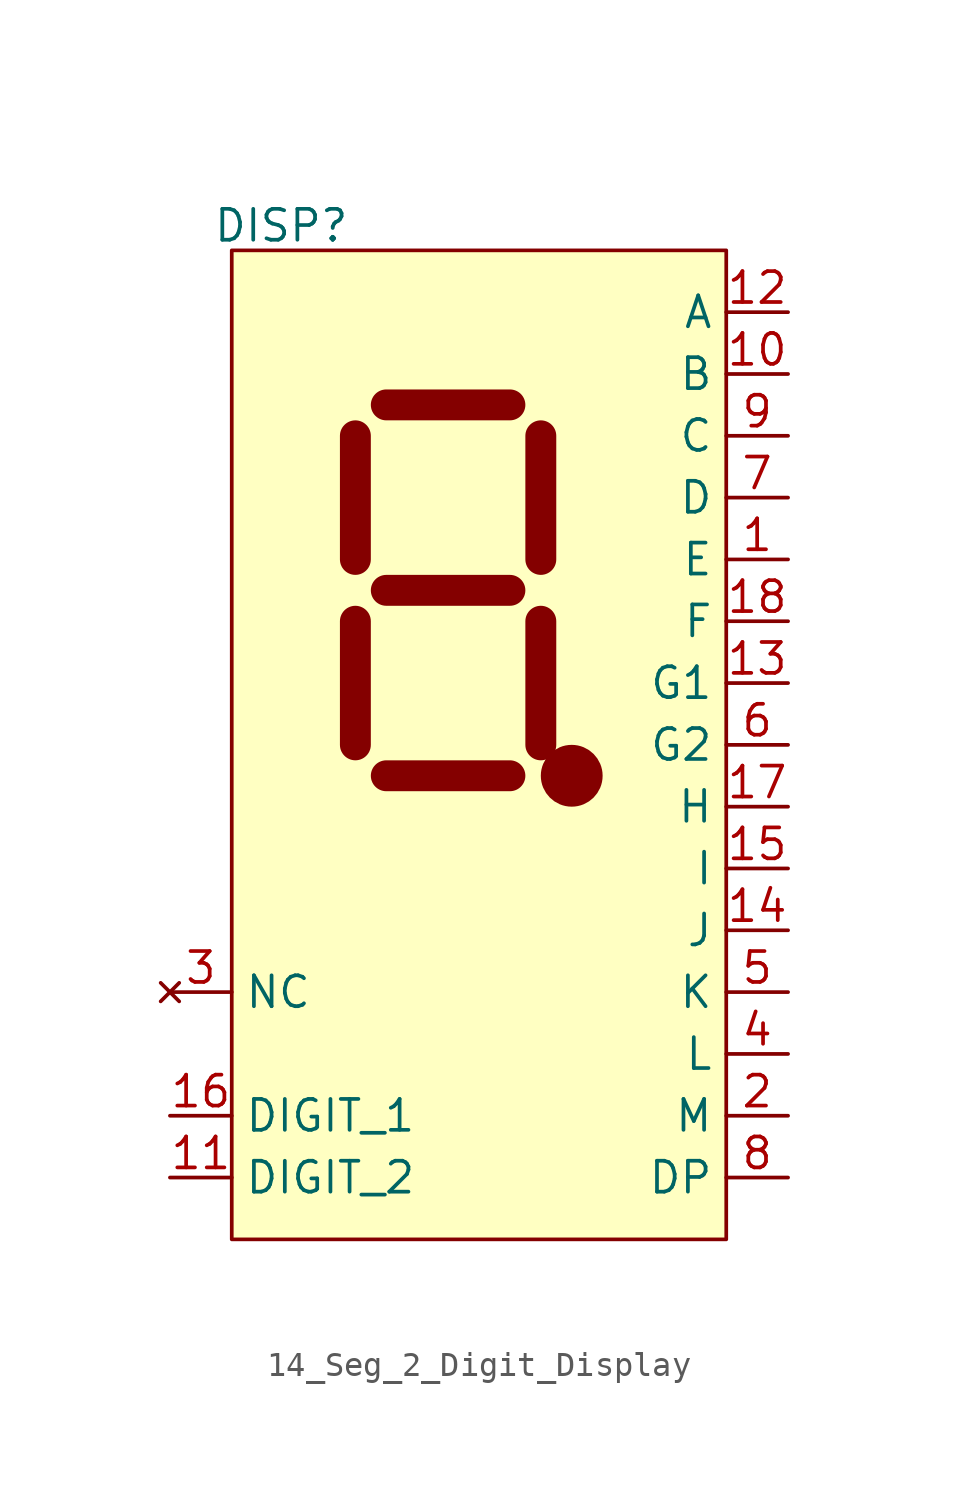
<source format=kicad_sym>
(kicad_symbol_lib
  (version 20231120)
  (generator "kicad_symbol_editor")
  (generator_version "8.0")
  (symbol "14_Seg_2_Digit_Display"
    (property "Reference" "DISP"
      (at -8.128 21.336 0)
      (effects (font (size 1.27 1.27))))
    (property "Value" ""
      (at 1.27 7.62 0)
      (effects (font (size 1.27 1.27))))
    (symbol "14_Seg_2_Digit_Display_1_1"
      (rectangle (start -10.16 20.32) (end 10.16 -20.32) (stroke (width 0) (type default)) (fill (type background)))
      (polyline (pts (xy -5.08 5.08) (xy -5.08 0)) (stroke (width 1.27) (type default)) (fill (type none)))
      (polyline (pts (xy -5.08 12.7) (xy -5.08 7.62)) (stroke (width 1.27) (type default)) (fill (type none)))
      (polyline (pts (xy -3.81 -1.27) (xy 1.27 -1.27)) (stroke (width 1.27) (type default)) (fill (type none)))
      (polyline (pts (xy -3.81 13.97) (xy 1.27 13.97)) (stroke (width 1.27) (type default)) (fill (type none)))
      (polyline (pts (xy 1.27 6.35) (xy -3.81 6.35)) (stroke (width 1.27) (type default)) (fill (type none)))
      (polyline (pts (xy 2.54 0) (xy 2.54 5.08)) (stroke (width 1.27) (type default)) (fill (type none)))
      (polyline (pts (xy 2.54 12.7) (xy 2.54 7.62)) (stroke (width 1.27) (type default)) (fill (type none)))
      (circle (center 3.81 -1.27) (radius 0.0001) (stroke (width 1.27) (type default)) (fill (type none)))
      (pin input line (at 12.7 7.62 180) (length 2.54) (name "E" (effects (font (size 1.27 1.27)))) (number "1" (effects (font (size 1.27 1.27)))))
      (pin input line (at 12.7 15.24 180) (length 2.54) (name "B" (effects (font (size 1.27 1.27)))) (number "10" (effects (font (size 1.27 1.27)))))
      (pin input line (at -12.7 -17.78 0) (length 2.54) (name "DIGIT_2" (effects (font (size 1.27 1.27)))) (number "11" (effects (font (size 1.27 1.27)))))
      (pin input line (at 12.7 17.78 180) (length 2.54) (name "A" (effects (font (size 1.27 1.27)))) (number "12" (effects (font (size 1.27 1.27)))))
      (pin input line (at 12.7 2.54 180) (length 2.54) (name "G1" (effects (font (size 1.27 1.27)))) (number "13" (effects (font (size 1.27 1.27)))))
      (pin input line (at 12.7 -7.62 180) (length 2.54) (name "J" (effects (font (size 1.27 1.27)))) (number "14" (effects (font (size 1.27 1.27)))))
      (pin input line (at 12.7 -5.08 180) (length 2.54) (name "I" (effects (font (size 1.27 1.27)))) (number "15" (effects (font (size 1.27 1.27)))))
      (pin input line (at -12.7 -15.24 0) (length 2.54) (name "DIGIT_1" (effects (font (size 1.27 1.27)))) (number "16" (effects (font (size 1.27 1.27)))))
      (pin input line (at 12.7 -2.54 180) (length 2.54) (name "H" (effects (font (size 1.27 1.27)))) (number "17" (effects (font (size 1.27 1.27)))))
      (pin input line (at 12.7 5.08 180) (length 2.54) (name "F" (effects (font (size 1.27 1.27)))) (number "18" (effects (font (size 1.27 1.27)))))
      (pin input line (at 12.7 -15.24 180) (length 2.54) (name "M" (effects (font (size 1.27 1.27)))) (number "2" (effects (font (size 1.27 1.27)))))
      (pin no_connect line (at -12.7 -10.16 0) (length 2.54) (name "NC" (effects (font (size 1.27 1.27)))) (number "3" (effects (font (size 1.27 1.27)))))
      (pin input line (at 12.7 -12.7 180) (length 2.54) (name "L" (effects (font (size 1.27 1.27)))) (number "4" (effects (font (size 1.27 1.27)))))
      (pin input line (at 12.7 -10.16 180) (length 2.54) (name "K" (effects (font (size 1.27 1.27)))) (number "5" (effects (font (size 1.27 1.27)))))
      (pin input line (at 12.7 0 180) (length 2.54) (name "G2" (effects (font (size 1.27 1.27)))) (number "6" (effects (font (size 1.27 1.27)))))
      (pin input line (at 12.7 10.16 180) (length 2.54) (name "D" (effects (font (size 1.27 1.27)))) (number "7" (effects (font (size 1.27 1.27)))))
      (pin input line (at 12.7 -17.78 180) (length 2.54) (name "DP" (effects (font (size 1.27 1.27)))) (number "8" (effects (font (size 1.27 1.27)))))
      (pin input line (at 12.7 12.7 180) (length 2.54) (name "C" (effects (font (size 1.27 1.27)))) (number "9" (effects (font (size 1.27 1.27))))))))
</source>
